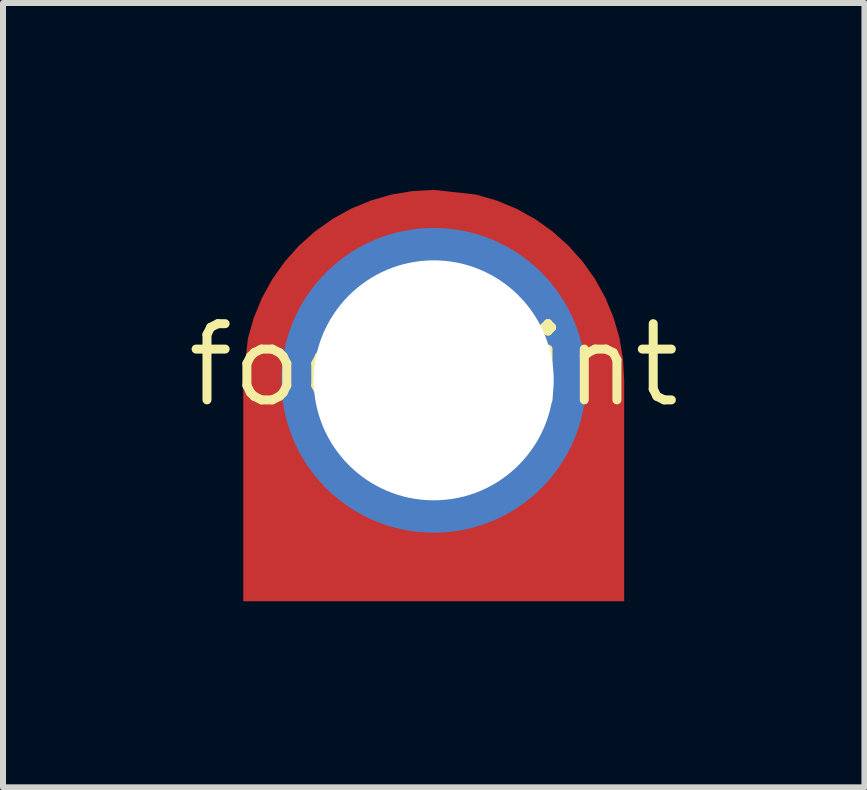
<source format=kicad_pcb>
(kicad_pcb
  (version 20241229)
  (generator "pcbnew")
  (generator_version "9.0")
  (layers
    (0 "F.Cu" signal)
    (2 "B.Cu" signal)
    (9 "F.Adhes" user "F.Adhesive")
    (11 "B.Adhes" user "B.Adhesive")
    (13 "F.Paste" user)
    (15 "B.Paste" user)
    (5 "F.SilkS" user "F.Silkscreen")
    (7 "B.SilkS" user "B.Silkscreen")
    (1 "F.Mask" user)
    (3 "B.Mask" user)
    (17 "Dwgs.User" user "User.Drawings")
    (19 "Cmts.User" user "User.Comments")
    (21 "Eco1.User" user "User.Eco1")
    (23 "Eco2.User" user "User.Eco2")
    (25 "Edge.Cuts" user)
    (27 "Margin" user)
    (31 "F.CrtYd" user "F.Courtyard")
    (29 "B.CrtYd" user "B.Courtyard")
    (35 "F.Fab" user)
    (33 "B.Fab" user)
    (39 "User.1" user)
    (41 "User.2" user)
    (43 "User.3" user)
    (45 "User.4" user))
  (footprint "footprint"
    (layer "F.Cu")
    (at 4.18 3.036)
    (property "Reference" "footprint" (at 0 0 0) (layer "F.SilkS") (effects (font (size 1.27 1.27) (thickness 0.15))))
    (fp_poly (pts (xy 0.703 -2.843) (xy 1.049 -2.743) (xy 1.378 -2.607) (xy 1.689 -2.435) (xy 1.98 -2.228) (xy 2.245 -1.991) (xy 2.482 -1.726) (xy 2.689 -1.435) (xy 2.861 -1.124) (xy 2.997 -0.795) (xy 3.096 -0.453) (xy 3.155 -0.102) (xy 3.175 0.25) (xy 3.175 3.937) (xy -3.175 3.937) (xy -3.175 0.247) (xy -3.097 -0.449) (xy -2.997 -0.795) (xy -2.861 -1.124) (xy -2.689 -1.435) (xy -2.482 -1.726) (xy -2.245 -1.991) (xy -1.98 -2.228) (xy -1.689 -2.435) (xy -1.378 -2.607) (xy -1.049 -2.743) (xy -0.707 -2.842) (xy -0.356 -2.901) (xy 0.004 -2.921)) (stroke (width 0) (type solid)) (fill yes) (layer "F.Cu"))
    (fp_poly (pts (xy 0.003 -2.972) (xy 0.344 -2.97) (xy 0.693 -2.929) (xy 1.034 -2.849) (xy 1.365 -2.731) (xy 1.68 -2.577) (xy 1.976 -2.389) (xy 2.249 -2.169) (xy 2.496 -1.92) (xy 2.713 -1.644) (xy 2.898 -1.346) (xy 3.049 -1.029) (xy 3.164 -0.694) (xy 3.277 -0.01) (xy 3.277 4.039) (xy -3.277 4.039) (xy -3.277 0.1) (xy -3.267 -0.258) (xy -3.213 -0.618) (xy -3.115 -0.969) (xy -2.976 -1.305) (xy -2.797 -1.622) (xy -2.58 -1.915) (xy -2.33 -2.179) (xy -2.05 -2.411) (xy -1.743 -2.607) (xy -1.415 -2.765) (xy -1.07 -2.882) (xy -0.714 -2.956) (xy -0.351 -2.986)) (stroke (width 0) (type solid)) (fill yes) (layer "F.Mask"))
    (fp_poly (pts (xy 0.028 -3.023) (xy 0.37 -3.021) (xy 0.718 -2.98) (xy 1.06 -2.9) (xy 1.39 -2.782) (xy 1.705 -2.628) (xy 2.002 -2.44) (xy 2.275 -2.22) (xy 2.521 -1.971) (xy 2.739 -1.695) (xy 2.924 -1.397) (xy 3.074 -1.08) (xy 3.19 -0.745) (xy 3.302 -0.061) (xy 3.302 3.988) (xy -3.251 3.988) (xy -3.251 0.049) (xy -3.241 -0.309) (xy -3.187 -0.669) (xy -3.09 -1.02) (xy -2.95 -1.356) (xy -2.771 -1.673) (xy -2.555 -1.966) (xy -2.305 -2.23) (xy -2.024 -2.462) (xy -1.718 -2.658) (xy -1.39 -2.816) (xy -1.045 -2.932) (xy -0.688 -3.006) (xy -0.326 -3.036)) (stroke (width 0) (type solid)) (fill yes) (layer "B.Mask"))
    (fp_poly (pts (xy 0.703 -2.843) (xy 1.049 -2.743) (xy 1.378 -2.607) (xy 1.689 -2.435) (xy 1.98 -2.228) (xy 2.245 -1.991) (xy 2.482 -1.726) (xy 2.689 -1.435) (xy 2.861 -1.124) (xy 2.997 -0.795) (xy 3.096 -0.453) (xy 3.155 -0.102) (xy 3.175 0.25) (xy 3.175 3.937) (xy -3.175 3.937) (xy -3.175 0.247) (xy -3.097 -0.449) (xy -2.997 -0.795) (xy -2.861 -1.124) (xy -2.689 -1.435) (xy -2.482 -1.726) (xy -2.245 -1.991) (xy -1.98 -2.228) (xy -1.689 -2.435) (xy -1.378 -2.607) (xy -1.049 -2.743) (xy -0.707 -2.842) (xy -0.356 -2.901) (xy 0.004 -2.921)) (stroke (width 0) (type solid)) (fill yes) (layer "In1.Cu"))
    (pad "P$2" thru_hole circle (at 0 0.254) (size 5.08 5.08) (drill 4) (layers "*.Cu" "*.Mask")))
  (gr_rect
    (start -3 -3)
    (end 11.36 10.075)
    (stroke (width 0.1) (type default))
    (fill no)
    (layer "Edge.Cuts")))
</source>
